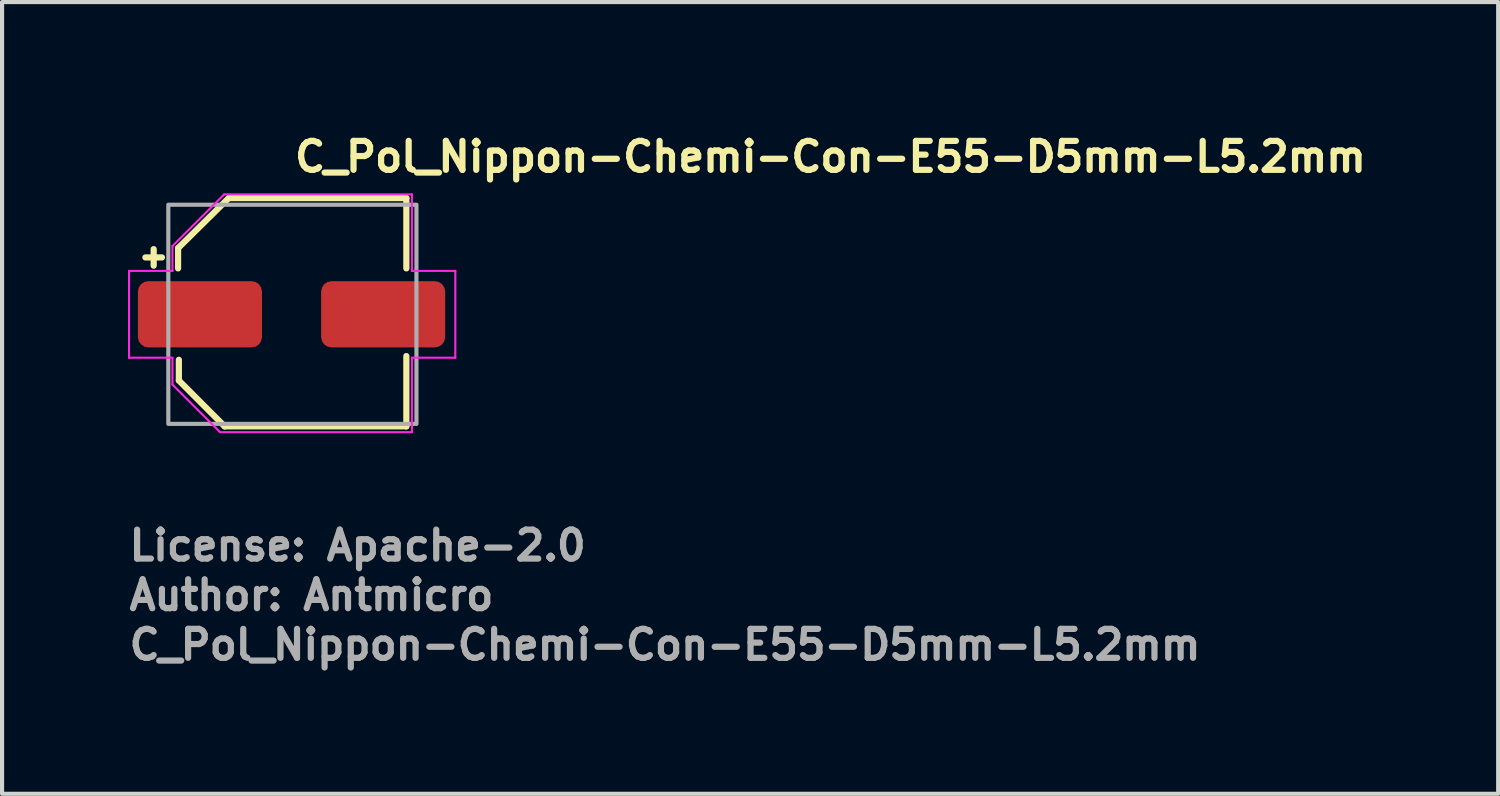
<source format=kicad_pcb>
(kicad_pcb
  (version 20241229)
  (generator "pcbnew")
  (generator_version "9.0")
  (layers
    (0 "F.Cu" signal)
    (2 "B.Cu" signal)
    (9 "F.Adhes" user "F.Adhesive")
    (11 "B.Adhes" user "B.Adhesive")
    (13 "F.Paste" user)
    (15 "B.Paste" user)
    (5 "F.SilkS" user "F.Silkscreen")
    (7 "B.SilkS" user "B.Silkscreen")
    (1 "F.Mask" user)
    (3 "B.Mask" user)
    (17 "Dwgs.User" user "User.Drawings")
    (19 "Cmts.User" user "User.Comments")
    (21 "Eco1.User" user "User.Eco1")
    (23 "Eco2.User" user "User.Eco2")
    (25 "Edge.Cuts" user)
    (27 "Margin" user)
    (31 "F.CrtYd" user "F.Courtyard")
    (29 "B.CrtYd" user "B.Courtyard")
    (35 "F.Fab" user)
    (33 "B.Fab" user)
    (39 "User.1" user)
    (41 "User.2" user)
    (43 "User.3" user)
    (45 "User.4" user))
  (footprint "C_Pol_Nippon-Chemi-Con-E55-D5mm-L5.2mm"
    (layer "F.Cu")
    (at 4 4.55)
    (property "Reference" "C_Pol_Nippon-Chemi-Con-E55-D5mm-L5.2mm" (at 0 -3.4 0) (layer "F.SilkS") (effects (font (size 0.7 0.7) (thickness 0.15)) (justify left bottom)))
    (attr smd)
    (fp_line (start -3.534 -1.375) (end -3.134 -1.375) (stroke (width 0.15) (type solid)) (layer "F.SilkS"))
    (fp_line (start -3.334 -1.576) (end -3.334 -1.176) (stroke (width 0.15) (type solid)) (layer "F.SilkS"))
    (fp_line (start -2.744 -1.6) (end -2.744 -1.11) (stroke (width 0.15) (type solid)) (layer "F.SilkS"))
    (fp_line (start -2.744 -1.6) (end -1.53 -2.8) (stroke (width 0.15) (type solid)) (layer "F.SilkS"))
    (fp_line (start -2.725 1.6) (end -2.725 1.1) (stroke (width 0.15) (type solid)) (layer "F.SilkS"))
    (fp_line (start -2.725 1.6) (end -1.618 2.71) (stroke (width 0.15) (type solid)) (layer "F.SilkS"))
    (fp_line (start -1.618 2.71) (end 2.776 2.71) (stroke (width 0.15) (type solid)) (layer "F.SilkS"))
    (fp_line (start -1.52 -2.81) (end 2.776 -2.81) (stroke (width 0.15) (type solid)) (layer "F.SilkS"))
    (fp_line (start 2.776 -2.81) (end 2.776 -1.11) (stroke (width 0.15) (type solid)) (layer "F.SilkS"))
    (fp_line (start 2.776 2.71) (end 2.776 1.01) (stroke (width 0.15) (type solid)) (layer "F.SilkS"))
    (fp_line (start -3.93 -1.05) (end -3.93 1.05) (stroke (width 0.05) (type solid)) (layer "F.CrtYd"))
    (fp_line (start -3.93 1.05) (end -2.88 1.05) (stroke (width 0.05) (type solid)) (layer "F.CrtYd"))
    (fp_line (start -2.88 -1.65) (end -2.88 -1.05) (stroke (width 0.05) (type solid)) (layer "F.CrtYd"))
    (fp_line (start -2.88 -1.65) (end -1.63 -2.9) (stroke (width 0.05) (type solid)) (layer "F.CrtYd"))
    (fp_line (start -2.88 -1.05) (end -3.93 -1.05) (stroke (width 0.05) (type solid)) (layer "F.CrtYd"))
    (fp_line (start -2.88 1.05) (end -2.88 1.7) (stroke (width 0.05) (type solid)) (layer "F.CrtYd"))
    (fp_line (start -2.88 1.7) (end -1.73 2.85) (stroke (width 0.05) (type solid)) (layer "F.CrtYd"))
    (fp_line (start -1.73 2.85) (end 2.91 2.85) (stroke (width 0.05) (type solid)) (layer "F.CrtYd"))
    (fp_line (start -1.63 -2.9) (end 2.91 -2.9) (stroke (width 0.05) (type solid)) (layer "F.CrtYd"))
    (fp_line (start 2.91 -2.9) (end 2.91 -1.05) (stroke (width 0.05) (type solid)) (layer "F.CrtYd"))
    (fp_line (start 2.91 -1.05) (end 3.96 -1.05) (stroke (width 0.05) (type solid)) (layer "F.CrtYd"))
    (fp_line (start 2.91 1.05) (end 2.91 2.85) (stroke (width 0.05) (type solid)) (layer "F.CrtYd"))
    (fp_line (start 3.96 -1.05) (end 3.96 1.05) (stroke (width 0.05) (type solid)) (layer "F.CrtYd"))
    (fp_line (start 3.96 1.05) (end 2.91 1.05) (stroke (width 0.05) (type solid)) (layer "F.CrtYd"))
    (fp_rect (start -2.98 -2.65) (end 3.02 2.65) (stroke (width 0.1) (type solid)) (fill no) (layer "F.Fab"))
    (fp_rect (start -2.98 -2.65) (end 3.02 2.65) (stroke (width 0.1) (type solid)) (fill no) (layer "User.5"))
    (fp_line (start -2.98 -0.325) (end -2.98 0.325) (stroke (width 0.02) (type solid)) (layer "User.9"))
    (fp_line (start -2.98 -0.325) (end -2.63 -0.325) (stroke (width 0.02) (type solid)) (layer "User.9"))
    (fp_line (start -2.98 0.325) (end -2.63 0.325) (stroke (width 0.02) (type solid)) (layer "User.9"))
    (fp_line (start -2.63 -1.55) (end -2.63 -1) (stroke (width 0.02) (type solid)) (layer "User.9"))
    (fp_line (start -2.63 -1.55) (end -1.53 -2.65) (stroke (width 0.02) (type solid)) (layer "User.9"))
    (fp_line (start -2.63 1) (end -2.63 -1) (stroke (width 0.02) (type solid)) (layer "User.9"))
    (fp_line (start -2.63 1) (end -2.381 1) (stroke (width 0.02) (type solid)) (layer "User.9"))
    (fp_line (start -2.63 1.55) (end -2.63 1) (stroke (width 0.02) (type solid)) (layer "User.9"))
    (fp_line (start -2.48 0) (end -2.475 -0.166) (stroke (width 0.02) (type solid)) (layer "User.9"))
    (fp_line (start -2.479 0.083) (end -2.48 0) (stroke (width 0.02) (type solid)) (layer "User.9"))
    (fp_line (start -2.475 -0.166) (end -2.459 -0.331) (stroke (width 0.02) (type solid)) (layer "User.9"))
    (fp_line (start -2.475 0.166) (end -2.479 0.083) (stroke (width 0.02) (type solid)) (layer "User.9"))
    (fp_line (start -2.468 0.249) (end -2.475 0.166) (stroke (width 0.02) (type solid)) (layer "User.9"))
    (fp_line (start -2.459 -0.331) (end -2.431 -0.493) (stroke (width 0.02) (type solid)) (layer "User.9"))
    (fp_line (start -2.459 0.331) (end -2.468 0.249) (stroke (width 0.02) (type solid)) (layer "User.9"))
    (fp_line (start -2.446 0.412) (end -2.459 0.331) (stroke (width 0.02) (type solid)) (layer "User.9"))
    (fp_line (start -2.431 -0.493) (end -2.394 -0.652) (stroke (width 0.02) (type solid)) (layer "User.9"))
    (fp_line (start -2.431 0.493) (end -2.446 0.412) (stroke (width 0.02) (type solid)) (layer "User.9"))
    (fp_line (start -2.414 0.573) (end -2.431 0.493) (stroke (width 0.02) (type solid)) (layer "User.9"))
    (fp_line (start -2.394 -0.652) (end -2.346 -0.807) (stroke (width 0.02) (type solid)) (layer "User.9"))
    (fp_line (start -2.394 0.652) (end -2.414 0.573) (stroke (width 0.02) (type solid)) (layer "User.9"))
    (fp_line (start -2.381 -1) (end -2.63 -1) (stroke (width 0.02) (type solid)) (layer "User.9"))
    (fp_line (start -2.381 -1) (end -2.328 -1.117) (stroke (width 0.02) (type solid)) (layer "User.9"))
    (fp_line (start -2.371 0.73) (end -2.394 0.652) (stroke (width 0.02) (type solid)) (layer "User.9"))
    (fp_line (start -2.346 -0.807) (end -2.289 -0.959) (stroke (width 0.02) (type solid)) (layer "User.9"))
    (fp_line (start -2.346 0.807) (end -2.371 0.73) (stroke (width 0.02) (type solid)) (layer "User.9"))
    (fp_line (start -2.328 -1.117) (end -2.271 -1.231) (stroke (width 0.02) (type solid)) (layer "User.9"))
    (fp_line (start -2.328 1.117) (end -2.381 1) (stroke (width 0.02) (type solid)) (layer "User.9"))
    (fp_line (start -2.319 0.884) (end -2.346 0.807) (stroke (width 0.02) (type solid)) (layer "User.9"))
    (fp_line (start -2.289 -0.959) (end -2.222 -1.107) (stroke (width 0.02) (type solid)) (layer "User.9"))
    (fp_line (start -2.289 0.959) (end -2.319 0.884) (stroke (width 0.02) (type solid)) (layer "User.9"))
    (fp_line (start -2.271 -1.231) (end -2.208 -1.341) (stroke (width 0.02) (type solid)) (layer "User.9"))
    (fp_line (start -2.271 1.231) (end -2.328 1.117) (stroke (width 0.02) (type solid)) (layer "User.9"))
    (fp_line (start -2.257 1.034) (end -2.289 0.959) (stroke (width 0.02) (type solid)) (layer "User.9"))
    (fp_line (start -2.222 -1.107) (end -2.146 -1.25) (stroke (width 0.02) (type solid)) (layer "User.9"))
    (fp_line (start -2.222 1.107) (end -2.257 1.034) (stroke (width 0.02) (type solid)) (layer "User.9"))
    (fp_line (start -2.208 -1.341) (end -2.139 -1.448) (stroke (width 0.02) (type solid)) (layer "User.9"))
    (fp_line (start -2.208 1.341) (end -2.271 1.231) (stroke (width 0.02) (type solid)) (layer "User.9"))
    (fp_line (start -2.185 1.179) (end -2.222 1.107) (stroke (width 0.02) (type solid)) (layer "User.9"))
    (fp_line (start -2.146 -1.25) (end -2.06 -1.387) (stroke (width 0.02) (type solid)) (layer "User.9"))
    (fp_line (start -2.146 1.25) (end -2.185 1.179) (stroke (width 0.02) (type solid)) (layer "User.9"))
    (fp_line (start -2.139 -1.448) (end -2.066 -1.552) (stroke (width 0.02) (type solid)) (layer "User.9"))
    (fp_line (start -2.139 1.448) (end -2.208 1.341) (stroke (width 0.02) (type solid)) (layer "User.9"))
    (fp_line (start -2.104 1.319) (end -2.146 1.25) (stroke (width 0.02) (type solid)) (layer "User.9"))
    (fp_line (start -2.066 -1.552) (end -1.988 -1.651) (stroke (width 0.02) (type solid)) (layer "User.9"))
    (fp_line (start -2.066 1.552) (end -2.139 1.448) (stroke (width 0.02) (type solid)) (layer "User.9"))
    (fp_line (start -2.06 -1.387) (end -1.966 -1.519) (stroke (width 0.02) (type solid)) (layer "User.9"))
    (fp_line (start -2.06 1.387) (end -2.104 1.319) (stroke (width 0.02) (type solid)) (layer "User.9"))
    (fp_line (start -2.012 1.454) (end -2.06 1.387) (stroke (width 0.02) (type solid)) (layer "User.9"))
    (fp_line (start -1.988 -1.651) (end -1.906 -1.747) (stroke (width 0.02) (type solid)) (layer "User.9"))
    (fp_line (start -1.988 1.651) (end -2.066 1.552) (stroke (width 0.02) (type solid)) (layer "User.9"))
    (fp_line (start -1.966 -1.519) (end -1.863 -1.644) (stroke (width 0.02) (type solid)) (layer "User.9"))
    (fp_line (start -1.966 1.519) (end -2.012 1.454) (stroke (width 0.02) (type solid)) (layer "User.9"))
    (fp_line (start -1.916 1.582) (end -1.966 1.519) (stroke (width 0.02) (type solid)) (layer "User.9"))
    (fp_line (start -1.906 -1.747) (end -1.819 -1.838) (stroke (width 0.02) (type solid)) (layer "User.9"))
    (fp_line (start -1.906 1.747) (end -1.988 1.651) (stroke (width 0.02) (type solid)) (layer "User.9"))
    (fp_line (start -1.863 -1.644) (end -1.752 -1.763) (stroke (width 0.02) (type solid)) (layer "User.9"))
    (fp_line (start -1.863 1.644) (end -1.916 1.582) (stroke (width 0.02) (type solid)) (layer "User.9"))
    (fp_line (start -1.819 -1.838) (end -1.728 -1.925) (stroke (width 0.02) (type solid)) (layer "User.9"))
    (fp_line (start -1.819 1.838) (end -1.906 1.747) (stroke (width 0.02) (type solid)) (layer "User.9"))
    (fp_line (start -1.809 1.705) (end -1.863 1.644) (stroke (width 0.02) (type solid)) (layer "User.9"))
    (fp_line (start -1.752 -1.763) (end -1.633 -1.875) (stroke (width 0.02) (type solid)) (layer "User.9"))
    (fp_line (start -1.752 1.763) (end -1.809 1.705) (stroke (width 0.02) (type solid)) (layer "User.9"))
    (fp_line (start -1.728 -1.925) (end -1.632 -2.008) (stroke (width 0.02) (type solid)) (layer "User.9"))
    (fp_line (start -1.728 1.925) (end -1.819 1.838) (stroke (width 0.02) (type solid)) (layer "User.9"))
    (fp_line (start -1.694 1.82) (end -1.752 1.763) (stroke (width 0.02) (type solid)) (layer "User.9"))
    (fp_line (start -1.633 -1.875) (end -1.506 -1.98) (stroke (width 0.02) (type solid)) (layer "User.9"))
    (fp_line (start -1.633 1.875) (end -1.694 1.82) (stroke (width 0.02) (type solid)) (layer "User.9"))
    (fp_line (start -1.632 -2.008) (end -1.533 -2.085) (stroke (width 0.02) (type solid)) (layer "User.9"))
    (fp_line (start -1.632 2.008) (end -1.728 1.925) (stroke (width 0.02) (type solid)) (layer "User.9"))
    (fp_line (start -1.571 1.929) (end -1.633 1.875) (stroke (width 0.02) (type solid)) (layer "User.9"))
    (fp_line (start -1.533 -2.085) (end -1.429 -2.158) (stroke (width 0.02) (type solid)) (layer "User.9"))
    (fp_line (start -1.533 2.085) (end -1.632 2.008) (stroke (width 0.02) (type solid)) (layer "User.9"))
    (fp_line (start -1.53 -2.65) (end -0.98 -2.65) (stroke (width 0.02) (type solid)) (layer "User.9"))
    (fp_line (start -1.53 2.65) (end -2.63 1.55) (stroke (width 0.02) (type solid)) (layer "User.9"))
    (fp_line (start -1.506 -1.98) (end -1.372 -2.076) (stroke (width 0.02) (type solid)) (layer "User.9"))
    (fp_line (start -1.506 1.98) (end -1.571 1.929) (stroke (width 0.02) (type solid)) (layer "User.9"))
    (fp_line (start -1.44 2.028) (end -1.506 1.98) (stroke (width 0.02) (type solid)) (layer "User.9"))
    (fp_line (start -1.429 -2.158) (end -1.322 -2.227) (stroke (width 0.02) (type solid)) (layer "User.9"))
    (fp_line (start -1.429 2.158) (end -1.533 2.085) (stroke (width 0.02) (type solid)) (layer "User.9"))
    (fp_line (start -1.372 -2.076) (end -1.23 -2.165) (stroke (width 0.02) (type solid)) (layer "User.9"))
    (fp_line (start -1.372 2.076) (end -1.44 2.028) (stroke (width 0.02) (type solid)) (layer "User.9"))
    (fp_line (start -1.322 -2.227) (end -1.212 -2.29) (stroke (width 0.02) (type solid)) (layer "User.9"))
    (fp_line (start -1.322 2.227) (end -1.429 2.158) (stroke (width 0.02) (type solid)) (layer "User.9"))
    (fp_line (start -1.302 2.122) (end -1.372 2.076) (stroke (width 0.02) (type solid)) (layer "User.9"))
    (fp_line (start -1.23 -2.165) (end -1.23 -2.165) (stroke (width 0.02) (type solid)) (layer "User.9"))
    (fp_line (start -1.23 -2.165) (end -1.083 -2.243) (stroke (width 0.02) (type solid)) (layer "User.9"))
    (fp_line (start -1.23 2.165) (end -1.302 2.122) (stroke (width 0.02) (type solid)) (layer "User.9"))
    (fp_line (start -1.23 2.165) (end -1.23 2.165) (stroke (width 0.02) (type solid)) (layer "User.9"))
    (fp_line (start -1.212 -2.29) (end -1.098 -2.347) (stroke (width 0.02) (type solid)) (layer "User.9"))
    (fp_line (start -1.212 2.29) (end -1.322 2.227) (stroke (width 0.02) (type solid)) (layer "User.9"))
    (fp_line (start -1.098 -2.347) (end -0.98 -2.4) (stroke (width 0.02) (type solid)) (layer "User.9"))
    (fp_line (start -1.098 2.347) (end -1.212 2.29) (stroke (width 0.02) (type solid)) (layer "User.9"))
    (fp_line (start -1.083 -2.243) (end -0.933 -2.311) (stroke (width 0.02) (type solid)) (layer "User.9"))
    (fp_line (start -1.083 2.243) (end -1.23 2.165) (stroke (width 0.02) (type solid)) (layer "User.9"))
    (fp_line (start -0.98 -2.65) (end -0.98 -2.4) (stroke (width 0.02) (type solid)) (layer "User.9"))
    (fp_line (start -0.98 2.4) (end -1.098 2.347) (stroke (width 0.02) (type solid)) (layer "User.9"))
    (fp_line (start -0.98 2.4) (end -0.98 2.65) (stroke (width 0.02) (type solid)) (layer "User.9"))
    (fp_line (start -0.98 2.65) (end -1.53 2.65) (stroke (width 0.02) (type solid)) (layer "User.9"))
    (fp_line (start -0.98 2.65) (end 1.02 2.65) (stroke (width 0.02) (type solid)) (layer "User.9"))
    (fp_line (start -0.933 -2.311) (end -0.779 -2.369) (stroke (width 0.02) (type solid)) (layer "User.9"))
    (fp_line (start -0.933 2.311) (end -1.083 2.243) (stroke (width 0.02) (type solid)) (layer "User.9"))
    (fp_line (start -0.779 -2.369) (end -0.622 -2.416) (stroke (width 0.02) (type solid)) (layer "User.9"))
    (fp_line (start -0.779 2.369) (end -0.933 2.311) (stroke (width 0.02) (type solid)) (layer "User.9"))
    (fp_line (start -0.622 -2.416) (end -0.464 -2.452) (stroke (width 0.02) (type solid)) (layer "User.9"))
    (fp_line (start -0.622 2.416) (end -0.779 2.369) (stroke (width 0.02) (type solid)) (layer "User.9"))
    (fp_line (start -0.464 -2.452) (end -0.303 -2.479) (stroke (width 0.02) (type solid)) (layer "User.9"))
    (fp_line (start -0.464 2.452) (end -0.622 2.416) (stroke (width 0.02) (type solid)) (layer "User.9"))
    (fp_line (start -0.303 -2.479) (end -0.141 -2.494) (stroke (width 0.02) (type solid)) (layer "User.9"))
    (fp_line (start -0.303 2.479) (end -0.464 2.452) (stroke (width 0.02) (type solid)) (layer "User.9"))
    (fp_line (start -0.141 -2.494) (end 0.02 -2.5) (stroke (width 0.02) (type solid)) (layer "User.9"))
    (fp_line (start -0.141 2.494) (end -0.303 2.479) (stroke (width 0.02) (type solid)) (layer "User.9"))
    (fp_line (start 0.02 -2.5) (end 0.181 -2.494) (stroke (width 0.02) (type solid)) (layer "User.9"))
    (fp_line (start 0.02 2.5) (end -0.141 2.494) (stroke (width 0.02) (type solid)) (layer "User.9"))
    (fp_line (start 0.181 -2.494) (end 0.342 -2.479) (stroke (width 0.02) (type solid)) (layer "User.9"))
    (fp_line (start 0.181 2.494) (end 0.02 2.5) (stroke (width 0.02) (type solid)) (layer "User.9"))
    (fp_line (start 0.342 -2.479) (end 0.503 -2.452) (stroke (width 0.02) (type solid)) (layer "User.9"))
    (fp_line (start 0.342 2.479) (end 0.181 2.494) (stroke (width 0.02) (type solid)) (layer "User.9"))
    (fp_line (start 0.503 -2.452) (end 0.661 -2.416) (stroke (width 0.02) (type solid)) (layer "User.9"))
    (fp_line (start 0.503 2.452) (end 0.342 2.479) (stroke (width 0.02) (type solid)) (layer "User.9"))
    (fp_line (start 0.52 -1.93) (end 0.52 1.93) (stroke (width 0.02) (type solid)) (layer "User.9"))
    (fp_line (start 0.52 -1.93) (end 0.601 -1.906) (stroke (width 0.02) (type solid)) (layer "User.9"))
    (fp_line (start 0.601 -1.906) (end 0.681 -1.88) (stroke (width 0.02) (type solid)) (layer "User.9"))
    (fp_line (start 0.601 1.906) (end 0.52 1.93) (stroke (width 0.02) (type solid)) (layer "User.9"))
    (fp_line (start 0.661 -2.416) (end 0.818 -2.369) (stroke (width 0.02) (type solid)) (layer "User.9"))
    (fp_line (start 0.661 2.416) (end 0.503 2.452) (stroke (width 0.02) (type solid)) (layer "User.9"))
    (fp_line (start 0.681 -1.88) (end 0.759 -1.851) (stroke (width 0.02) (type solid)) (layer "User.9"))
    (fp_line (start 0.681 1.88) (end 0.601 1.906) (stroke (width 0.02) (type solid)) (layer "User.9"))
    (fp_line (start 0.759 -1.851) (end 0.835 -1.818) (stroke (width 0.02) (type solid)) (layer "User.9"))
    (fp_line (start 0.759 1.851) (end 0.681 1.88) (stroke (width 0.02) (type solid)) (layer "User.9"))
    (fp_line (start 0.818 -2.369) (end 0.971 -2.311) (stroke (width 0.02) (type solid)) (layer "User.9"))
    (fp_line (start 0.818 2.369) (end 0.661 2.416) (stroke (width 0.02) (type solid)) (layer "User.9"))
    (fp_line (start 0.835 -1.818) (end 0.911 -1.783) (stroke (width 0.02) (type solid)) (layer "User.9"))
    (fp_line (start 0.835 1.818) (end 0.759 1.851) (stroke (width 0.02) (type solid)) (layer "User.9"))
    (fp_line (start 0.911 -1.783) (end 0.984 -1.745) (stroke (width 0.02) (type solid)) (layer "User.9"))
    (fp_line (start 0.911 1.783) (end 0.835 1.818) (stroke (width 0.02) (type solid)) (layer "User.9"))
    (fp_line (start 0.971 -2.311) (end 1.121 -2.243) (stroke (width 0.02) (type solid)) (layer "User.9"))
    (fp_line (start 0.971 2.311) (end 0.818 2.369) (stroke (width 0.02) (type solid)) (layer "User.9"))
    (fp_line (start 0.984 -1.745) (end 1.055 -1.703) (stroke (width 0.02) (type solid)) (layer "User.9"))
    (fp_line (start 0.984 1.745) (end 0.911 1.783) (stroke (width 0.02) (type solid)) (layer "User.9"))
    (fp_line (start 1.02 -2.65) (end -0.98 -2.65) (stroke (width 0.02) (type solid)) (layer "User.9"))
    (fp_line (start 1.02 -2.65) (end 1.02 -2.4) (stroke (width 0.02) (type solid)) (layer "User.9"))
    (fp_line (start 1.02 -2.4) (end 1.137 -2.347) (stroke (width 0.02) (type solid)) (layer "User.9"))
    (fp_line (start 1.02 2.4) (end 1.02 2.65) (stroke (width 0.02) (type solid)) (layer "User.9"))
    (fp_line (start 1.02 2.65) (end 2.169 2.65) (stroke (width 0.02) (type solid)) (layer "User.9"))
    (fp_line (start 1.055 -1.703) (end 1.124 -1.66) (stroke (width 0.02) (type solid)) (layer "User.9"))
    (fp_line (start 1.121 -2.243) (end 1.27 -2.165) (stroke (width 0.02) (type solid)) (layer "User.9"))
    (fp_line (start 1.121 2.243) (end 0.971 2.311) (stroke (width 0.02) (type solid)) (layer "User.9"))
    (fp_line (start 1.124 -1.66) (end 1.19 -1.613) (stroke (width 0.02) (type solid)) (layer "User.9"))
    (fp_line (start 1.124 1.66) (end 0.984 1.745) (stroke (width 0.02) (type solid)) (layer "User.9"))
    (fp_line (start 1.137 -2.347) (end 1.25 -2.29) (stroke (width 0.02) (type solid)) (layer "User.9"))
    (fp_line (start 1.137 2.347) (end 1.02 2.4) (stroke (width 0.02) (type solid)) (layer "User.9"))
    (fp_line (start 1.19 -1.613) (end 1.255 -1.564) (stroke (width 0.02) (type solid)) (layer "User.9"))
    (fp_line (start 1.25 -2.29) (end 1.361 -2.227) (stroke (width 0.02) (type solid)) (layer "User.9"))
    (fp_line (start 1.25 2.29) (end 1.137 2.347) (stroke (width 0.02) (type solid)) (layer "User.9"))
    (fp_line (start 1.255 -1.564) (end 1.318 -1.512) (stroke (width 0.02) (type solid)) (layer "User.9"))
    (fp_line (start 1.255 1.564) (end 1.124 1.66) (stroke (width 0.02) (type solid)) (layer "User.9"))
    (fp_line (start 1.27 -2.165) (end 1.27 -2.165) (stroke (width 0.02) (type solid)) (layer "User.9"))
    (fp_line (start 1.27 -2.165) (end 1.341 -2.122) (stroke (width 0.02) (type solid)) (layer "User.9"))
    (fp_line (start 1.27 2.165) (end 1.121 2.243) (stroke (width 0.02) (type solid)) (layer "User.9"))
    (fp_line (start 1.27 2.165) (end 1.27 2.165) (stroke (width 0.02) (type solid)) (layer "User.9"))
    (fp_line (start 1.318 -1.512) (end 1.379 -1.458) (stroke (width 0.02) (type solid)) (layer "User.9"))
    (fp_line (start 1.341 -2.122) (end 1.411 -2.076) (stroke (width 0.02) (type solid)) (layer "User.9"))
    (fp_line (start 1.361 -2.227) (end 1.468 -2.158) (stroke (width 0.02) (type solid)) (layer "User.9"))
    (fp_line (start 1.361 2.227) (end 1.25 2.29) (stroke (width 0.02) (type solid)) (layer "User.9"))
    (fp_line (start 1.379 -1.458) (end 1.436 -1.402) (stroke (width 0.02) (type solid)) (layer "User.9"))
    (fp_line (start 1.379 1.458) (end 1.255 1.564) (stroke (width 0.02) (type solid)) (layer "User.9"))
    (fp_line (start 1.411 -2.076) (end 1.478 -2.028) (stroke (width 0.02) (type solid)) (layer "User.9"))
    (fp_line (start 1.411 2.076) (end 1.27 2.165) (stroke (width 0.02) (type solid)) (layer "User.9"))
    (fp_line (start 1.436 -1.402) (end 1.492 -1.343) (stroke (width 0.02) (type solid)) (layer "User.9"))
    (fp_line (start 1.468 -2.158) (end 1.571 -2.085) (stroke (width 0.02) (type solid)) (layer "User.9"))
    (fp_line (start 1.468 2.158) (end 1.361 2.227) (stroke (width 0.02) (type solid)) (layer "User.9"))
    (fp_line (start 1.478 -2.028) (end 1.545 -1.98) (stroke (width 0.02) (type solid)) (layer "User.9"))
    (fp_line (start 1.492 -1.343) (end 1.545 -1.283) (stroke (width 0.02) (type solid)) (layer "User.9"))
    (fp_line (start 1.492 1.343) (end 1.379 1.458) (stroke (width 0.02) (type solid)) (layer "User.9"))
    (fp_line (start 1.545 -1.98) (end 1.609 -1.929) (stroke (width 0.02) (type solid)) (layer "User.9"))
    (fp_line (start 1.545 -1.283) (end 1.595 -1.22) (stroke (width 0.02) (type solid)) (layer "User.9"))
    (fp_line (start 1.545 1.98) (end 1.411 2.076) (stroke (width 0.02) (type solid)) (layer "User.9"))
    (fp_line (start 1.571 -2.085) (end 1.67 -2.008) (stroke (width 0.02) (type solid)) (layer "User.9"))
    (fp_line (start 1.571 2.085) (end 1.468 2.158) (stroke (width 0.02) (type solid)) (layer "User.9"))
    (fp_line (start 1.595 -1.22) (end 1.643 -1.155) (stroke (width 0.02) (type solid)) (layer "User.9"))
    (fp_line (start 1.595 1.22) (end 1.492 1.343) (stroke (width 0.02) (type solid)) (layer "User.9"))
    (fp_line (start 1.609 -1.929) (end 1.672 -1.875) (stroke (width 0.02) (type solid)) (layer "User.9"))
    (fp_line (start 1.643 -1.155) (end 1.69 -1.088) (stroke (width 0.02) (type solid)) (layer "User.9"))
    (fp_line (start 1.67 -2.008) (end 1.766 -1.925) (stroke (width 0.02) (type solid)) (layer "User.9"))
    (fp_line (start 1.67 2.008) (end 1.571 2.085) (stroke (width 0.02) (type solid)) (layer "User.9"))
    (fp_line (start 1.672 -1.875) (end 1.733 -1.82) (stroke (width 0.02) (type solid)) (layer "User.9"))
    (fp_line (start 1.672 1.875) (end 1.545 1.98) (stroke (width 0.02) (type solid)) (layer "User.9"))
    (fp_line (start 1.69 -1.088) (end 1.731 -1.02) (stroke (width 0.02) (type solid)) (layer "User.9"))
    (fp_line (start 1.69 1.088) (end 1.595 1.22) (stroke (width 0.02) (type solid)) (layer "User.9"))
    (fp_line (start 1.731 -1.02) (end 1.771 -0.949) (stroke (width 0.02) (type solid)) (layer "User.9"))
    (fp_line (start 1.733 -1.82) (end 1.79 -1.763) (stroke (width 0.02) (type solid)) (layer "User.9"))
    (fp_line (start 1.766 -1.925) (end 1.858 -1.838) (stroke (width 0.02) (type solid)) (layer "User.9"))
    (fp_line (start 1.766 1.925) (end 1.67 2.008) (stroke (width 0.02) (type solid)) (layer "User.9"))
    (fp_line (start 1.771 -0.949) (end 1.81 -0.877) (stroke (width 0.02) (type solid)) (layer "User.9"))
    (fp_line (start 1.771 0.949) (end 1.69 1.088) (stroke (width 0.02) (type solid)) (layer "User.9"))
    (fp_line (start 1.79 -1.763) (end 1.848 -1.705) (stroke (width 0.02) (type solid)) (layer "User.9"))
    (fp_line (start 1.79 1.763) (end 1.672 1.875) (stroke (width 0.02) (type solid)) (layer "User.9"))
    (fp_line (start 1.81 -0.877) (end 1.843 -0.804) (stroke (width 0.02) (type solid)) (layer "User.9"))
    (fp_line (start 1.843 -0.804) (end 1.875 -0.729) (stroke (width 0.02) (type solid)) (layer "User.9"))
    (fp_line (start 1.843 0.804) (end 1.771 0.949) (stroke (width 0.02) (type solid)) (layer "User.9"))
    (fp_line (start 1.848 -1.705) (end 1.901 -1.644) (stroke (width 0.02) (type solid)) (layer "User.9"))
    (fp_line (start 1.858 -1.838) (end 1.944 -1.747) (stroke (width 0.02) (type solid)) (layer "User.9"))
    (fp_line (start 1.858 1.838) (end 1.766 1.925) (stroke (width 0.02) (type solid)) (layer "User.9"))
    (fp_line (start 1.875 -0.729) (end 1.903 -0.652) (stroke (width 0.02) (type solid)) (layer "User.9"))
    (fp_line (start 1.901 -1.644) (end 1.954 -1.582) (stroke (width 0.02) (type solid)) (layer "User.9"))
    (fp_line (start 1.901 1.644) (end 1.79 1.763) (stroke (width 0.02) (type solid)) (layer "User.9"))
    (fp_line (start 1.903 -0.652) (end 1.928 -0.575) (stroke (width 0.02) (type solid)) (layer "User.9"))
    (fp_line (start 1.903 0.652) (end 1.843 0.804) (stroke (width 0.02) (type solid)) (layer "User.9"))
    (fp_line (start 1.928 -0.575) (end 1.951 -0.495) (stroke (width 0.02) (type solid)) (layer "User.9"))
    (fp_line (start 1.944 -1.747) (end 2.028 -1.651) (stroke (width 0.02) (type solid)) (layer "User.9"))
    (fp_line (start 1.944 1.747) (end 1.858 1.838) (stroke (width 0.02) (type solid)) (layer "User.9"))
    (fp_line (start 1.951 -0.495) (end 1.97 -0.415) (stroke (width 0.02) (type solid)) (layer "User.9"))
    (fp_line (start 1.951 0.495) (end 1.903 0.652) (stroke (width 0.02) (type solid)) (layer "User.9"))
    (fp_line (start 1.954 -1.582) (end 2.005 -1.519) (stroke (width 0.02) (type solid)) (layer "User.9"))
    (fp_line (start 1.97 -0.415) (end 1.984 -0.334) (stroke (width 0.02) (type solid)) (layer "User.9"))
    (fp_line (start 1.97 0.415) (end 1.951 0.495) (stroke (width 0.02) (type solid)) (layer "User.9"))
    (fp_line (start 1.984 -0.334) (end 1.997 -0.252) (stroke (width 0.02) (type solid)) (layer "User.9"))
    (fp_line (start 1.984 0.334) (end 1.97 0.415) (stroke (width 0.02) (type solid)) (layer "User.9"))
    (fp_line (start 1.997 -0.252) (end 2.005 -0.168) (stroke (width 0.02) (type solid)) (layer "User.9"))
    (fp_line (start 1.997 0.252) (end 1.984 0.334) (stroke (width 0.02) (type solid)) (layer "User.9"))
    (fp_line (start 2.005 -1.519) (end 2.052 -1.454) (stroke (width 0.02) (type solid)) (layer "User.9"))
    (fp_line (start 2.005 -0.168) (end 2.01 -0.084) (stroke (width 0.02) (type solid)) (layer "User.9"))
    (fp_line (start 2.005 0.168) (end 1.997 0.252) (stroke (width 0.02) (type solid)) (layer "User.9"))
    (fp_line (start 2.005 1.519) (end 1.901 1.644) (stroke (width 0.02) (type solid)) (layer "User.9"))
    (fp_line (start 2.01 -0.084) (end 2.013 0) (stroke (width 0.02) (type solid)) (layer "User.9"))
    (fp_line (start 2.01 0.084) (end 2.005 0.168) (stroke (width 0.02) (type solid)) (layer "User.9"))
    (fp_line (start 2.013 0) (end 2.01 0.084) (stroke (width 0.02) (type solid)) (layer "User.9"))
    (fp_line (start 2.013 0) (end 2.013 0) (stroke (width 0.02) (type solid)) (layer "User.9"))
    (fp_line (start 2.028 -1.651) (end 2.105 -1.552) (stroke (width 0.02) (type solid)) (layer "User.9"))
    (fp_line (start 2.028 1.651) (end 1.944 1.747) (stroke (width 0.02) (type solid)) (layer "User.9"))
    (fp_line (start 2.052 -1.454) (end 2.098 -1.387) (stroke (width 0.02) (type solid)) (layer "User.9"))
    (fp_line (start 2.098 -1.387) (end 2.143 -1.319) (stroke (width 0.02) (type solid)) (layer "User.9"))
    (fp_line (start 2.098 1.387) (end 2.005 1.519) (stroke (width 0.02) (type solid)) (layer "User.9"))
    (fp_line (start 2.105 -1.552) (end 2.178 -1.448) (stroke (width 0.02) (type solid)) (layer "User.9"))
    (fp_line (start 2.105 1.552) (end 2.028 1.651) (stroke (width 0.02) (type solid)) (layer "User.9"))
    (fp_line (start 2.143 -1.319) (end 2.185 -1.25) (stroke (width 0.02) (type solid)) (layer "User.9"))
    (fp_line (start 2.169 -2.65) (end 1.02 -2.65) (stroke (width 0.02) (type solid)) (layer "User.9"))
    (fp_line (start 2.169 2.65) (end 2.194 2.649) (stroke (width 0.02) (type solid)) (layer "User.9"))
    (fp_line (start 2.178 -1.448) (end 2.247 -1.341) (stroke (width 0.02) (type solid)) (layer "User.9"))
    (fp_line (start 2.178 1.448) (end 2.105 1.552) (stroke (width 0.02) (type solid)) (layer "User.9"))
    (fp_line (start 2.185 -1.25) (end 2.223 -1.179) (stroke (width 0.02) (type solid)) (layer "User.9"))
    (fp_line (start 2.185 1.25) (end 2.098 1.387) (stroke (width 0.02) (type solid)) (layer "User.9"))
    (fp_line (start 2.194 -2.649) (end 2.169 -2.65) (stroke (width 0.02) (type solid)) (layer "User.9"))
    (fp_line (start 2.194 2.649) (end 2.219 2.647) (stroke (width 0.02) (type solid)) (layer "User.9"))
    (fp_line (start 2.219 -2.647) (end 2.194 -2.649) (stroke (width 0.02) (type solid)) (layer "User.9"))
    (fp_line (start 2.219 2.647) (end 2.243 2.644) (stroke (width 0.02) (type solid)) (layer "User.9"))
    (fp_line (start 2.223 -1.179) (end 2.26 -1.107) (stroke (width 0.02) (type solid)) (layer "User.9"))
    (fp_line (start 2.243 -2.644) (end 2.219 -2.647) (stroke (width 0.02) (type solid)) (layer "User.9"))
    (fp_line (start 2.243 2.644) (end 2.268 2.64) (stroke (width 0.02) (type solid)) (layer "User.9"))
    (fp_line (start 2.247 -1.341) (end 2.31 -1.231) (stroke (width 0.02) (type solid)) (layer "User.9"))
    (fp_line (start 2.247 1.341) (end 2.178 1.448) (stroke (width 0.02) (type solid)) (layer "User.9"))
    (fp_line (start 2.26 -1.107) (end 2.295 -1.034) (stroke (width 0.02) (type solid)) (layer "User.9"))
    (fp_line (start 2.26 1.107) (end 2.185 1.25) (stroke (width 0.02) (type solid)) (layer "User.9"))
    (fp_line (start 2.268 -2.64) (end 2.243 -2.644) (stroke (width 0.02) (type solid)) (layer "User.9"))
    (fp_line (start 2.268 2.64) (end 2.291 2.634) (stroke (width 0.02) (type solid)) (layer "User.9"))
    (fp_line (start 2.291 -2.634) (end 2.268 -2.64) (stroke (width 0.02) (type solid)) (layer "User.9"))
    (fp_line (start 2.291 2.634) (end 2.315 2.628) (stroke (width 0.02) (type solid)) (layer "User.9"))
    (fp_line (start 2.295 -1.034) (end 2.328 -0.959) (stroke (width 0.02) (type solid)) (layer "User.9"))
    (fp_line (start 2.31 -1.231) (end 2.367 -1.117) (stroke (width 0.02) (type solid)) (layer "User.9"))
    (fp_line (start 2.31 1.231) (end 2.247 1.341) (stroke (width 0.02) (type solid)) (layer "User.9"))
    (fp_line (start 2.315 -2.628) (end 2.291 -2.634) (stroke (width 0.02) (type solid)) (layer "User.9"))
    (fp_line (start 2.315 2.628) (end 2.337 2.62) (stroke (width 0.02) (type solid)) (layer "User.9"))
    (fp_line (start 2.328 -0.959) (end 2.358 -0.884) (stroke (width 0.02) (type solid)) (layer "User.9"))
    (fp_line (start 2.328 0.959) (end 2.26 1.107) (stroke (width 0.02) (type solid)) (layer "User.9"))
    (fp_line (start 2.337 -2.62) (end 2.315 -2.628) (stroke (width 0.02) (type solid)) (layer "User.9"))
    (fp_line (start 2.337 2.62) (end 2.361 2.611) (stroke (width 0.02) (type solid)) (layer "User.9"))
    (fp_line (start 2.358 -0.884) (end 2.385 -0.807) (stroke (width 0.02) (type solid)) (layer "User.9"))
    (fp_line (start 2.361 -2.611) (end 2.337 -2.62) (stroke (width 0.02) (type solid)) (layer "User.9"))
    (fp_line (start 2.361 2.611) (end 2.383 2.602) (stroke (width 0.02) (type solid)) (layer "User.9"))
    (fp_line (start 2.367 -1.117) (end 2.419 -1) (stroke (width 0.02) (type solid)) (layer "User.9"))
    (fp_line (start 2.367 1.117) (end 2.31 1.231) (stroke (width 0.02) (type solid)) (layer "User.9"))
    (fp_line (start 2.383 -2.602) (end 2.361 -2.611) (stroke (width 0.02) (type solid)) (layer "User.9"))
    (fp_line (start 2.383 2.602) (end 2.404 2.591) (stroke (width 0.02) (type solid)) (layer "User.9"))
    (fp_line (start 2.385 -0.807) (end 2.409 -0.73) (stroke (width 0.02) (type solid)) (layer "User.9"))
    (fp_line (start 2.385 0.807) (end 2.328 0.959) (stroke (width 0.02) (type solid)) (layer "User.9"))
    (fp_line (start 2.404 -2.591) (end 2.383 -2.602) (stroke (width 0.02) (type solid)) (layer "User.9"))
    (fp_line (start 2.404 2.591) (end 2.425 2.579) (stroke (width 0.02) (type solid)) (layer "User.9"))
    (fp_line (start 2.409 -0.73) (end 2.433 -0.652) (stroke (width 0.02) (type solid)) (layer "User.9"))
    (fp_line (start 2.419 -1) (end 2.669 -1) (stroke (width 0.02) (type solid)) (layer "User.9"))
    (fp_line (start 2.419 1) (end 2.367 1.117) (stroke (width 0.02) (type solid)) (layer "User.9"))
    (fp_line (start 2.419 1) (end 2.669 1) (stroke (width 0.02) (type solid)) (layer "User.9"))
    (fp_line (start 2.425 -2.579) (end 2.404 -2.591) (stroke (width 0.02) (type solid)) (layer "User.9"))
    (fp_line (start 2.425 2.579) (end 2.446 2.565) (stroke (width 0.02) (type solid)) (layer "User.9"))
    (fp_line (start 2.433 -0.652) (end 2.453 -0.573) (stroke (width 0.02) (type solid)) (layer "User.9"))
    (fp_line (start 2.433 0.652) (end 2.385 0.807) (stroke (width 0.02) (type solid)) (layer "User.9"))
    (fp_line (start 2.446 -2.565) (end 2.425 -2.579) (stroke (width 0.02) (type solid)) (layer "User.9"))
    (fp_line (start 2.446 2.565) (end 2.467 2.551) (stroke (width 0.02) (type solid)) (layer "User.9"))
    (fp_line (start 2.453 -0.573) (end 2.47 -0.493) (stroke (width 0.02) (type solid)) (layer "User.9"))
    (fp_line (start 2.467 -2.551) (end 2.446 -2.565) (stroke (width 0.02) (type solid)) (layer "User.9"))
    (fp_line (start 2.467 2.551) (end 2.486 2.536) (stroke (width 0.02) (type solid)) (layer "User.9"))
    (fp_line (start 2.47 -0.493) (end 2.485 -0.412) (stroke (width 0.02) (type solid)) (layer "User.9"))
    (fp_line (start 2.47 0.493) (end 2.433 0.652) (stroke (width 0.02) (type solid)) (layer "User.9"))
    (fp_line (start 2.485 -0.412) (end 2.497 -0.331) (stroke (width 0.02) (type solid)) (layer "User.9"))
    (fp_line (start 2.486 -2.536) (end 2.467 -2.551) (stroke (width 0.02) (type solid)) (layer "User.9"))
    (fp_line (start 2.486 2.536) (end 2.505 2.52) (stroke (width 0.02) (type solid)) (layer "User.9"))
    (fp_line (start 2.497 -0.331) (end 2.507 -0.249) (stroke (width 0.02) (type solid)) (layer "User.9"))
    (fp_line (start 2.497 0.331) (end 2.47 0.493) (stroke (width 0.02) (type solid)) (layer "User.9"))
    (fp_line (start 2.505 -2.52) (end 2.486 -2.536) (stroke (width 0.02) (type solid)) (layer "User.9"))
    (fp_line (start 2.505 2.52) (end 2.523 2.503) (stroke (width 0.02) (type solid)) (layer "User.9"))
    (fp_line (start 2.507 -0.249) (end 2.513 -0.166) (stroke (width 0.02) (type solid)) (layer "User.9"))
    (fp_line (start 2.513 -0.166) (end 2.518 -0.083) (stroke (width 0.02) (type solid)) (layer "User.9"))
    (fp_line (start 2.513 0.166) (end 2.497 0.331) (stroke (width 0.02) (type solid)) (layer "User.9"))
    (fp_line (start 2.518 -0.083) (end 2.52 0) (stroke (width 0.02) (type solid)) (layer "User.9"))
    (fp_line (start 2.52 0) (end 2.513 0.166) (stroke (width 0.02) (type solid)) (layer "User.9"))
    (fp_line (start 2.523 -2.503) (end 2.505 -2.52) (stroke (width 0.02) (type solid)) (layer "User.9"))
    (fp_line (start 2.523 -2.503) (end 2.523 -2.503) (stroke (width 0.02) (type solid)) (layer "User.9"))
    (fp_line (start 2.523 2.503) (end 2.523 2.503) (stroke (width 0.02) (type solid)) (layer "User.9"))
    (fp_line (start 2.523 2.503) (end 2.539 2.485) (stroke (width 0.02) (type solid)) (layer "User.9"))
    (fp_line (start 2.539 -2.485) (end 2.523 -2.503) (stroke (width 0.02) (type solid)) (layer "User.9"))
    (fp_line (start 2.539 2.485) (end 2.555 2.466) (stroke (width 0.02) (type solid)) (layer "User.9"))
    (fp_line (start 2.555 -2.466) (end 2.539 -2.485) (stroke (width 0.02) (type solid)) (layer "User.9"))
    (fp_line (start 2.555 2.466) (end 2.571 2.447) (stroke (width 0.02) (type solid)) (layer "User.9"))
    (fp_line (start 2.571 -2.447) (end 2.555 -2.466) (stroke (width 0.02) (type solid)) (layer "User.9"))
    (fp_line (start 2.571 2.447) (end 2.585 2.427) (stroke (width 0.02) (type solid)) (layer "User.9"))
    (fp_line (start 2.585 -2.427) (end 2.571 -2.447) (stroke (width 0.02) (type solid)) (layer "User.9"))
    (fp_line (start 2.585 2.427) (end 2.598 2.406) (stroke (width 0.02) (type solid)) (layer "User.9"))
    (fp_line (start 2.598 -2.406) (end 2.585 -2.427) (stroke (width 0.02) (type solid)) (layer "User.9"))
    (fp_line (start 2.598 2.406) (end 2.611 2.385) (stroke (width 0.02) (type solid)) (layer "User.9"))
    (fp_line (start 2.611 -2.385) (end 2.598 -2.406) (stroke (width 0.02) (type solid)) (layer "User.9"))
    (fp_line (start 2.611 2.385) (end 2.622 2.363) (stroke (width 0.02) (type solid)) (layer "User.9"))
    (fp_line (start 2.622 -2.363) (end 2.611 -2.385) (stroke (width 0.02) (type solid)) (layer "User.9"))
    (fp_line (start 2.622 2.363) (end 2.63 2.341) (stroke (width 0.02) (type solid)) (layer "User.9"))
    (fp_line (start 2.63 -2.341) (end 2.622 -2.363) (stroke (width 0.02) (type solid)) (layer "User.9"))
    (fp_line (start 2.63 2.341) (end 2.64 2.318) (stroke (width 0.02) (type solid)) (layer "User.9"))
    (fp_line (start 2.64 -2.318) (end 2.63 -2.341) (stroke (width 0.02) (type solid)) (layer "User.9"))
    (fp_line (start 2.64 2.318) (end 2.648 2.295) (stroke (width 0.02) (type solid)) (layer "User.9"))
    (fp_line (start 2.648 -2.295) (end 2.64 -2.318) (stroke (width 0.02) (type solid)) (layer "User.9"))
    (fp_line (start 2.648 2.295) (end 2.654 2.271) (stroke (width 0.02) (type solid)) (layer "User.9"))
    (fp_line (start 2.654 -2.271) (end 2.648 -2.295) (stroke (width 0.02) (type solid)) (layer "User.9"))
    (fp_line (start 2.654 2.271) (end 2.659 2.248) (stroke (width 0.02) (type solid)) (layer "User.9"))
    (fp_line (start 2.659 -2.248) (end 2.654 -2.271) (stroke (width 0.02) (type solid)) (layer "User.9"))
    (fp_line (start 2.659 2.248) (end 2.664 2.223) (stroke (width 0.02) (type solid)) (layer "User.9"))
    (fp_line (start 2.664 -2.223) (end 2.659 -2.248) (stroke (width 0.02) (type solid)) (layer "User.9"))
    (fp_line (start 2.664 2.223) (end 2.667 2.199) (stroke (width 0.02) (type solid)) (layer "User.9"))
    (fp_line (start 2.667 -2.199) (end 2.664 -2.223) (stroke (width 0.02) (type solid)) (layer "User.9"))
    (fp_line (start 2.667 2.199) (end 2.669 2.174) (stroke (width 0.02) (type solid)) (layer "User.9"))
    (fp_line (start 2.669 -2.174) (end 2.667 -2.199) (stroke (width 0.02) (type solid)) (layer "User.9"))
    (fp_line (start 2.669 -2.15) (end 2.669 -2.174) (stroke (width 0.02) (type solid)) (layer "User.9"))
    (fp_line (start 2.669 -1) (end 2.669 -2.15) (stroke (width 0.02) (type solid)) (layer "User.9"))
    (fp_line (start 2.669 -1) (end 2.669 1) (stroke (width 0.02) (type solid)) (layer "User.9"))
    (fp_line (start 2.669 2.15) (end 2.669 1) (stroke (width 0.02) (type solid)) (layer "User.9"))
    (fp_line (start 2.669 2.174) (end 2.669 2.15) (stroke (width 0.02) (type solid)) (layer "User.9"))
    (fp_line (start 3.02 -0.325) (end 2.669 -0.325) (stroke (width 0.02) (type solid)) (layer "User.9"))
    (fp_line (start 3.02 0.325) (end 2.669 0.325) (stroke (width 0.02) (type solid)) (layer "User.9"))
    (fp_line (start 3.02 0.325) (end 3.02 -0.325) (stroke (width 0.02) (type solid)) (layer "User.9"))
    (fp_text user "${REFERENCE}" (at -4 8.4 0) (layer "F.Fab") (effects (font (size 0.7 0.7) (thickness 0.15)) (justify left bottom)))
    (fp_text user "License: Apache-2.0" (at -4 6 0) (layer "F.Fab") (effects (font (size 0.7 0.7) (thickness 0.15)) (justify left bottom)))
    (fp_text user "Author: Antmicro" (at -4 7.2 0) (layer "F.Fab") (effects (font (size 0.7 0.7) (thickness 0.15)) (justify left bottom)))
    (pad "1" smd roundrect (at -2.215 0) (size 3 1.6) (layers "F.Cu" "F.Mask" "F.Paste") (roundrect_rratio 0.156))
    (pad "2" smd roundrect (at 2.215 0) (size 3 1.6) (layers "F.Cu" "F.Mask" "F.Paste") (roundrect_rratio 0.156)))
  (gr_rect
    (start -3 -3)
    (end 33.177 16.145)
    (stroke (width 0.1) (type default))
    (fill no)
    (layer "Edge.Cuts")))
</source>
